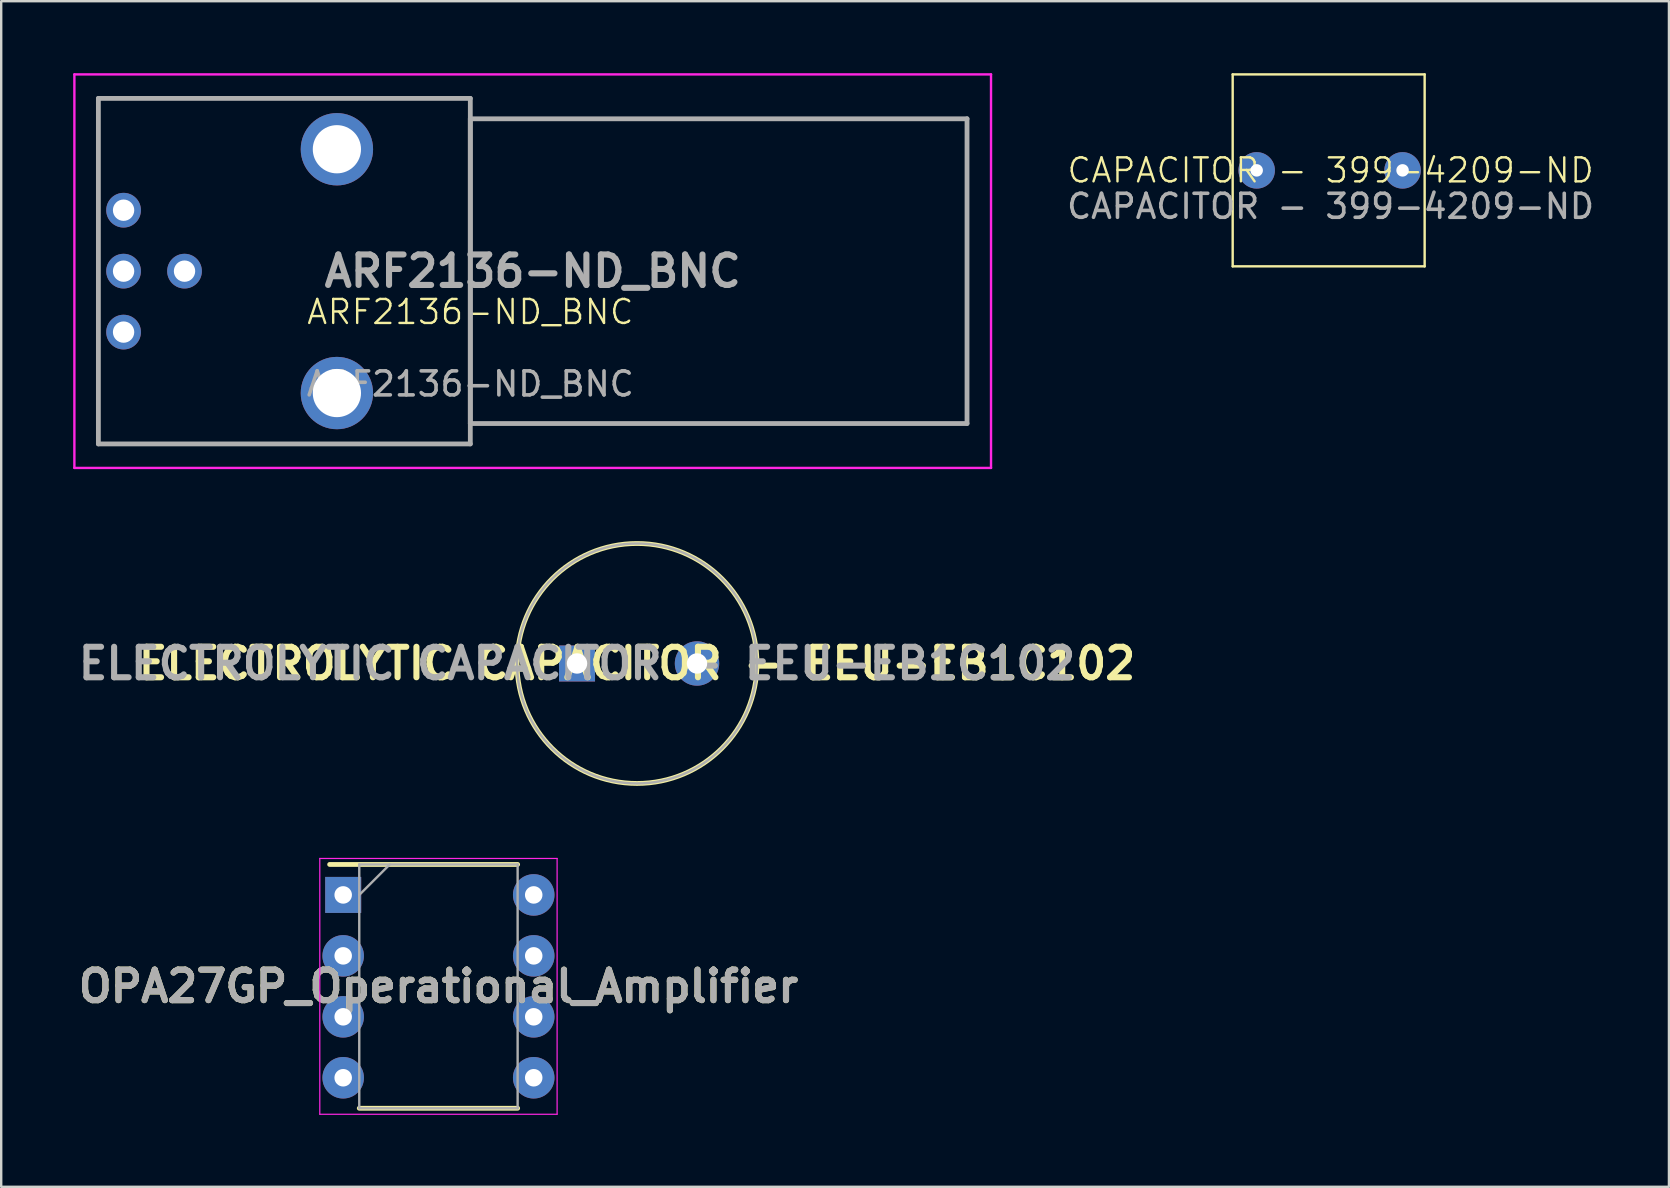
<source format=kicad_pcb>
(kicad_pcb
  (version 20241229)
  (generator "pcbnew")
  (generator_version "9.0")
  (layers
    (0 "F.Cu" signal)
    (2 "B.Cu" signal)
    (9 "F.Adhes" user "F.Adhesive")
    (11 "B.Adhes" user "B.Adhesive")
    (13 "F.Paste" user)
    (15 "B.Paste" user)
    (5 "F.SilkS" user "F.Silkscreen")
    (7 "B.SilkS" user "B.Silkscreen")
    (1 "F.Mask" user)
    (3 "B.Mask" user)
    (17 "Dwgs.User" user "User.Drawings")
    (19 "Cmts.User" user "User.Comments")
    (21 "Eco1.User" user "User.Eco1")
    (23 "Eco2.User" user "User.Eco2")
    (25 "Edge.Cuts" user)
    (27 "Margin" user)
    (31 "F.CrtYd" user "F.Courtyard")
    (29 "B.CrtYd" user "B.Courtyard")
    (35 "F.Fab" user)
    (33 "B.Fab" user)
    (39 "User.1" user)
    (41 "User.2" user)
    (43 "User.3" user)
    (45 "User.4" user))
  (footprint "CAPACITOR - 399-4209-ND"
    (layer "F.Cu")
    (at 52.401 3.05)
    (property "Reference" "CAPACITOR - 399-4209-ND" (at 0 1 0) (unlocked yes) (layer "F.SilkS") (effects (font (size 1 1) (thickness 0.1))))
    (attr through_hole)
    (fp_line (start -4.08 -3) (end 3.92 -3) (stroke (width 0.1) (type default)) (layer "F.SilkS"))
    (fp_line (start -4.08 5) (end -4.08 -3) (stroke (width 0.1) (type default)) (layer "F.SilkS"))
    (fp_line (start 3.92 -3) (end 3.92 5) (stroke (width 0.1) (type default)) (layer "F.SilkS"))
    (fp_line (start 3.92 5) (end -4.08 5) (stroke (width 0.1) (type default)) (layer "F.SilkS"))
    (fp_text user "${REFERENCE}" (at 0 2.5 0) (unlocked yes) (layer "F.Fab") (effects (font (size 1 1) (thickness 0.15))))
    (pad "1" thru_hole circle (at -3.08 1) (size 1.52 1.52) (drill 0.52) (layers "*.Cu" "*.Mask"))
    (pad "2" thru_hole circle (at 3 1) (size 1.52 1.52) (drill 0.52) (layers "*.Cu" "*.Mask")))
  (footprint "ARF2136-ND_BNC"
    (layer "F.Cu")
    (at 16.55 10.45)
    (property "Reference" "ARF2136-ND_BNC" (at 0 -0.5 0) (unlocked yes) (layer "F.SilkS") (effects (font (size 1 1) (thickness 0.1))))
    (attr through_hole)
    (fp_line (start -15.5 -9.4) (end -15.5 -6.2) (stroke (width 0.1) (type solid)) (layer "F.SilkS"))
    (fp_line (start -15.5 1.8) (end -15.5 5) (stroke (width 0.1) (type solid)) (layer "F.SilkS"))
    (fp_line (start -15.5 5) (end 0 5) (stroke (width 0.1) (type solid)) (layer "F.SilkS"))
    (fp_line (start 0 -9.4) (end -15.5 -9.4) (stroke (width 0.1) (type solid)) (layer "F.SilkS"))
    (fp_line (start 0 5) (end 0 -9.4) (stroke (width 0.1) (type solid)) (layer "F.SilkS"))
    (fp_line (start -16.5 -10.4) (end 21.7 -10.4) (stroke (width 0.1) (type solid)) (layer "F.CrtYd"))
    (fp_line (start -16.5 6) (end -16.5 -10.4) (stroke (width 0.1) (type solid)) (layer "F.CrtYd"))
    (fp_line (start 21.7 -10.4) (end 21.7 6) (stroke (width 0.1) (type solid)) (layer "F.CrtYd"))
    (fp_line (start 21.7 6) (end -16.5 6) (stroke (width 0.1) (type solid)) (layer "F.CrtYd"))
    (fp_line (start -15.5 -9.4) (end 0 -9.4) (stroke (width 0.2) (type solid)) (layer "F.Fab"))
    (fp_line (start -15.5 5) (end -15.5 -9.4) (stroke (width 0.2) (type solid)) (layer "F.Fab"))
    (fp_line (start 0 -9.4) (end 0 5) (stroke (width 0.2) (type solid)) (layer "F.Fab"))
    (fp_line (start 0 -8.55) (end 20.7 -8.55) (stroke (width 0.2) (type solid)) (layer "F.Fab"))
    (fp_line (start 0 4.15) (end 0 -8.55) (stroke (width 0.2) (type solid)) (layer "F.Fab"))
    (fp_line (start 0 5) (end -15.5 5) (stroke (width 0.2) (type solid)) (layer "F.Fab"))
    (fp_line (start 20.7 -8.55) (end 20.7 4.15) (stroke (width 0.2) (type solid)) (layer "F.Fab"))
    (fp_line (start 20.7 4.15) (end 0 4.15) (stroke (width 0.2) (type solid)) (layer "F.Fab"))
    (fp_text user "${REFERENCE}" (at 0 2.5 0) (unlocked yes) (layer "F.Fab") (effects (font (size 1 1) (thickness 0.15))))
    (fp_text user "${REFERENCE}" (at 2.6 -2.2 0) (layer "F.Fab") (effects (font (size 1.27 1.27) (thickness 0.254))))
    (pad "1" thru_hole circle (at -14.45 -4.74) (size 1.446 1.446) (drill 0.89) (layers "*.Cu" "*.Mask"))
    (pad "2" thru_hole circle (at -14.45 -2.2) (size 1.446 1.446) (drill 0.89) (layers "*.Cu" "*.Mask"))
    (pad "3" thru_hole circle (at -14.45 0.34) (size 1.446 1.446) (drill 0.89) (layers "*.Cu" "*.Mask"))
    (pad "4" thru_hole circle (at -11.91 -2.2) (size 1.446 1.446) (drill 0.89) (layers "*.Cu" "*.Mask"))
    (pad "MH1" thru_hole circle (at -5.56 2.88) (size 3.015 3.015) (drill 2.01) (layers "*.Cu" "*.Mask"))
    (pad "MH2" thru_hole circle (at -5.56 -7.28) (size 3.015 3.015) (drill 2.01) (layers "*.Cu" "*.Mask")))
  (footprint "OPA27GP_Operational_Amplifier"
    (layer "F.Cu")
    (at 15.222 38.055)
    (property "Reference" "OPA27GP_Operational_Amplifier" (at 0 0 0) (layer "F.SilkS") (effects (font (size 1.27 1.27) (thickness 0.254))))
    (attr through_hole)
    (fp_line (start -4.535 -5.08) (end 3.3 -5.08) (stroke (width 0.2) (type solid)) (layer "F.SilkS"))
    (fp_line (start -3.3 5.08) (end 3.3 5.08) (stroke (width 0.2) (type solid)) (layer "F.SilkS"))
    (fp_line (start -4.945 -5.33) (end 4.945 -5.33) (stroke (width 0.05) (type solid)) (layer "F.CrtYd"))
    (fp_line (start -4.945 5.33) (end -4.945 -5.33) (stroke (width 0.05) (type solid)) (layer "F.CrtYd"))
    (fp_line (start 4.945 -5.33) (end 4.945 5.33) (stroke (width 0.05) (type solid)) (layer "F.CrtYd"))
    (fp_line (start 4.945 5.33) (end -4.945 5.33) (stroke (width 0.05) (type solid)) (layer "F.CrtYd"))
    (fp_line (start -3.3 -5.08) (end 3.3 -5.08) (stroke (width 0.1) (type solid)) (layer "F.Fab"))
    (fp_line (start -3.3 -3.81) (end -2.03 -5.08) (stroke (width 0.1) (type solid)) (layer "F.Fab"))
    (fp_line (start -3.3 5.08) (end -3.3 -5.08) (stroke (width 0.1) (type solid)) (layer "F.Fab"))
    (fp_line (start 3.3 -5.08) (end 3.3 5.08) (stroke (width 0.1) (type solid)) (layer "F.Fab"))
    (fp_line (start 3.3 5.08) (end -3.3 5.08) (stroke (width 0.1) (type solid)) (layer "F.Fab"))
    (fp_text user "${REFERENCE}" (at 0 0 0) (layer "F.Fab") (effects (font (size 1.27 1.27) (thickness 0.254))))
    (pad "1" thru_hole rect (at -3.97 -3.81) (size 1.5 1.5) (drill 0.73) (layers "*.Cu" "*.Mask"))
    (pad "2" thru_hole circle (at -3.97 -1.27) (size 1.73 1.73) (drill 0.73) (layers "*.Cu" "*.Mask"))
    (pad "3" thru_hole circle (at -3.97 1.27) (size 1.73 1.73) (drill 0.73) (layers "*.Cu" "*.Mask"))
    (pad "4" thru_hole circle (at -3.97 3.81) (size 1.73 1.73) (drill 0.73) (layers "*.Cu" "*.Mask"))
    (pad "5" thru_hole circle (at 3.97 3.81) (size 1.73 1.73) (drill 0.73) (layers "*.Cu" "*.Mask"))
    (pad "6" thru_hole circle (at 3.97 1.27) (size 1.73 1.73) (drill 0.73) (layers "*.Cu" "*.Mask"))
    (pad "7" thru_hole circle (at 3.97 -1.27) (size 1.73 1.73) (drill 0.73) (layers "*.Cu" "*.Mask"))
    (pad "8" thru_hole circle (at 3.97 -3.81) (size 1.73 1.73) (drill 0.73) (layers "*.Cu" "*.Mask")))
  (footprint "ELECTROLYTIC CAPACITOR - EEU-EB1C102"
    (layer "F.Cu")
    (at 20.997 24.6)
    (property "Reference" "ELECTROLYTIC CAPACITOR - EEU-EB1C102" (at 2.5 0 0) (layer "F.SilkS") (effects (font (size 1.27 1.27) (thickness 0.254))))
    (attr through_hole)
    (fp_circle (center 2.5 0) (end 2.5 5) (stroke (width 0.2) (type solid)) (fill no) (layer "F.SilkS"))
    (fp_circle (center 2.5 0) (end 2.5 5) (stroke (width 0.1) (type solid)) (fill no) (layer "F.Fab"))
    (fp_text user "${REFERENCE}" (at 0 0 0) (layer "F.Fab") (effects (font (size 1.27 1.27) (thickness 0.254))))
    (pad "1" thru_hole rect (at 0 0) (size 1.5 1.5) (drill 0.85) (layers "*.Cu" "*.Mask"))
    (pad "2" thru_hole circle (at 5 0) (size 1.85 1.85) (drill 0.85) (layers "*.Cu" "*.Mask")))
  (gr_rect
    (start -3 -3)
    (end 66.502 46.41)
    (stroke (width 0.1) (type default))
    (fill no)
    (layer "Edge.Cuts")))
</source>
